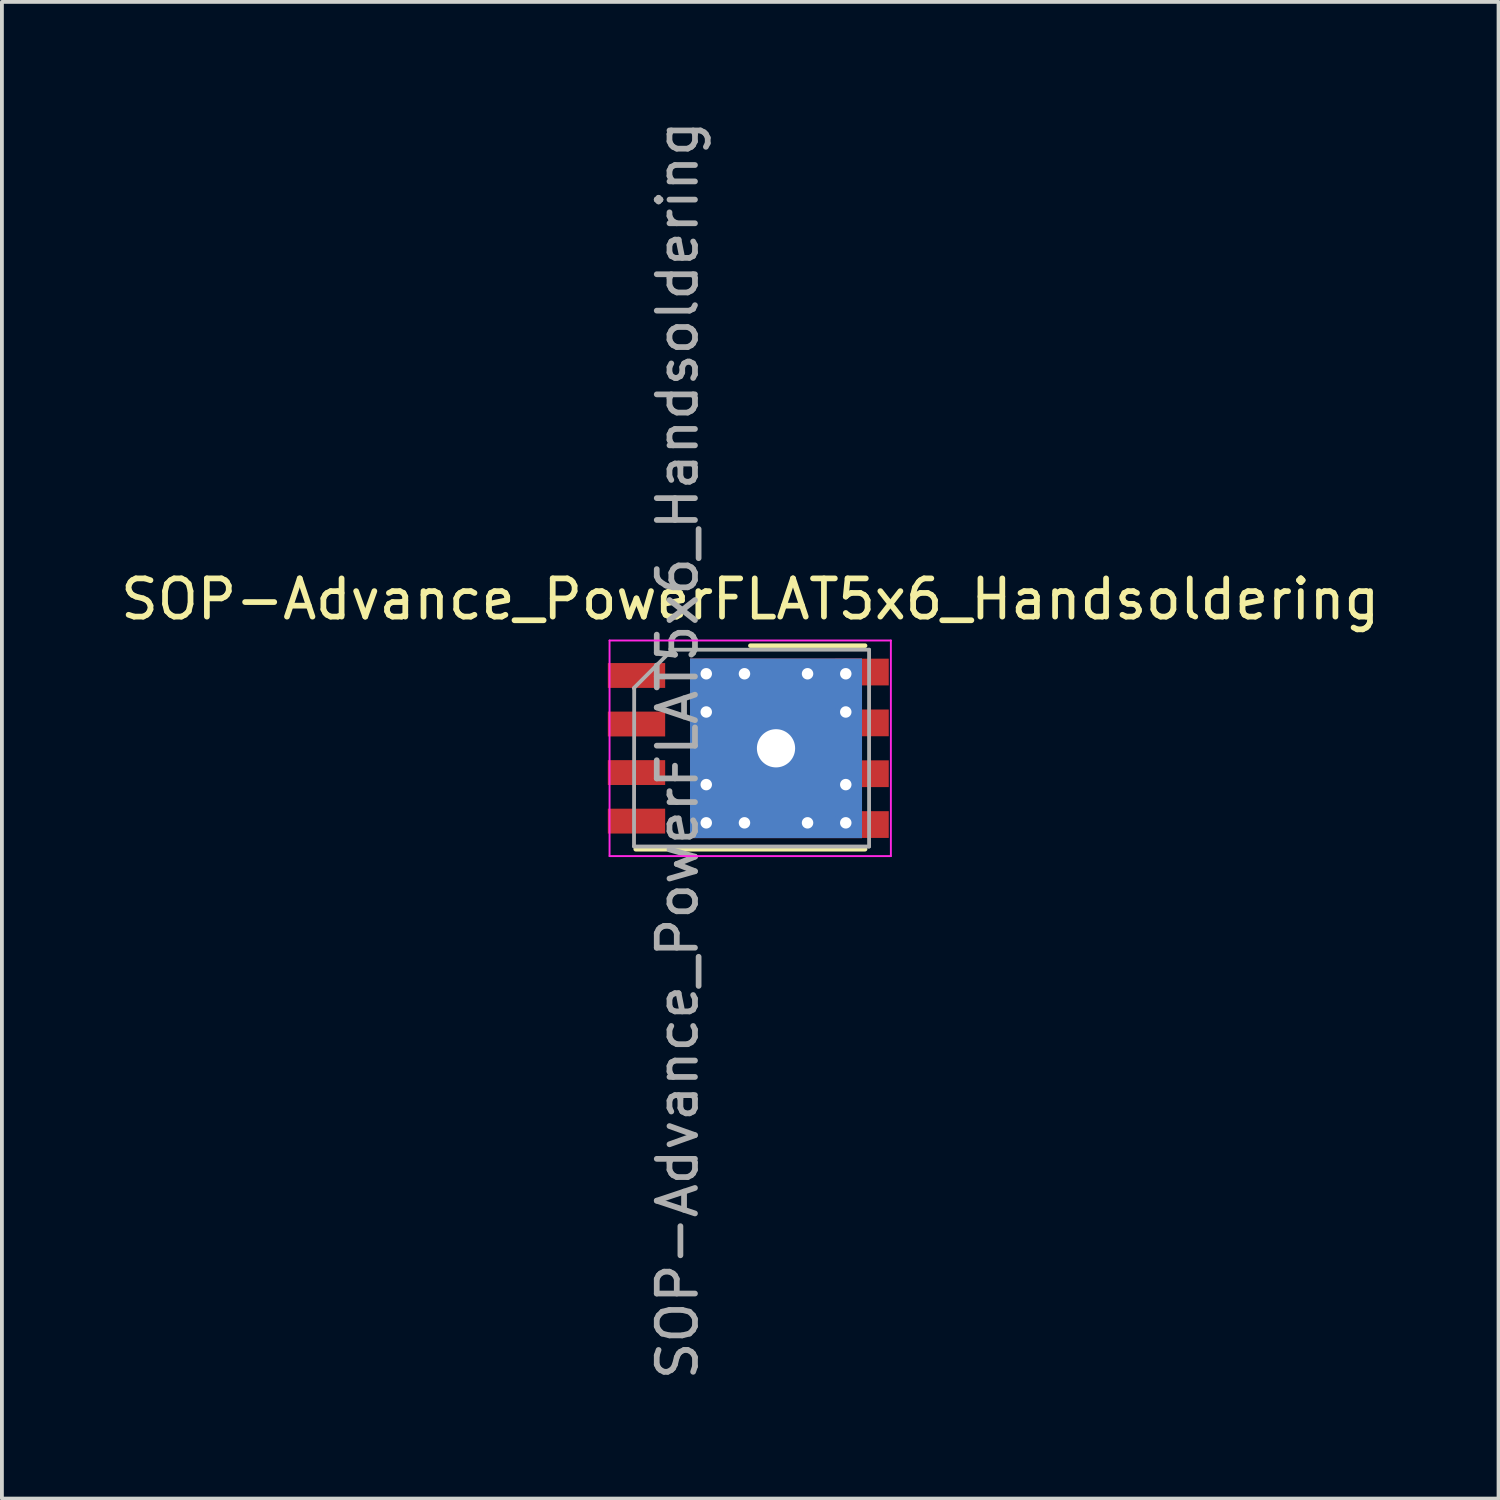
<source format=kicad_pcb>
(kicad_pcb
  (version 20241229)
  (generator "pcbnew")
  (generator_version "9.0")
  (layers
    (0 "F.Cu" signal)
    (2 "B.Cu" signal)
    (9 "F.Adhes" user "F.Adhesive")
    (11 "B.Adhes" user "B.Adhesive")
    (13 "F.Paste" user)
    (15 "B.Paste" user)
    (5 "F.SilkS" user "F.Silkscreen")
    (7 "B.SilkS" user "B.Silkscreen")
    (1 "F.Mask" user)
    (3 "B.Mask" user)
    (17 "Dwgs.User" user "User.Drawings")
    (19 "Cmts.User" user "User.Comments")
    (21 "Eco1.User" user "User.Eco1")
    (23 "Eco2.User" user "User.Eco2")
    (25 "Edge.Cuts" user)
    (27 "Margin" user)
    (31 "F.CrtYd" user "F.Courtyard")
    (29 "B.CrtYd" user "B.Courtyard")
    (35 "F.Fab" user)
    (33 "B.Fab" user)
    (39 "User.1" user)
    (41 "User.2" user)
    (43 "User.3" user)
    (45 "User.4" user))
  (footprint "SOP-Advance_PowerFLAT5x6_Handsoldering"
    (layer "F.Cu")
    (at 16.577 16.527)
    (property "Reference" "SOP-Advance_PowerFLAT5x6_Handsoldering" (at 0 -3.9 0) (layer "F.SilkS") (effects (font (size 1 1) (thickness 0.15))))
    (attr smd)
    (fp_line (start 3.005 -2.685) (end 0.005 -2.685) (stroke (width 0.12) (type solid)) (layer "F.SilkS"))
    (fp_line (start 3.005 2.64) (end -2.995 2.64) (stroke (width 0.12) (type solid)) (layer "F.SilkS"))
    (fp_line (start -3.68 -2.82) (end 3.68 -2.82) (stroke (width 0.05) (type solid)) (layer "F.CrtYd"))
    (fp_line (start -3.68 2.82) (end -3.68 -2.82) (stroke (width 0.05) (type solid)) (layer "F.CrtYd"))
    (fp_line (start 3.68 -2.82) (end 3.68 2.82) (stroke (width 0.05) (type solid)) (layer "F.CrtYd"))
    (fp_line (start 3.68 2.82) (end -3.68 2.82) (stroke (width 0.05) (type solid)) (layer "F.CrtYd"))
    (fp_line (start -3.035 -1.57) (end -3.04 2.56) (stroke (width 0.1) (type solid)) (layer "F.Fab"))
    (fp_line (start -2.045 -2.575) (end -3.045 -1.575) (stroke (width 0.1) (type solid)) (layer "F.Fab"))
    (fp_line (start -2.04 -2.58) (end 3.11 -2.58) (stroke (width 0.1) (type solid)) (layer "F.Fab"))
    (fp_line (start 3.11 -2.58) (end 3.11 2.57) (stroke (width 0.1) (type solid)) (layer "F.Fab"))
    (fp_line (start 3.11 2.57) (end -3.04 2.57) (stroke (width 0.1) (type solid)) (layer "F.Fab"))
    (fp_text user "${REFERENCE}" (at -1.9 0.05 90) (layer "F.Fab") (effects (font (size 1 1) (thickness 0.15))))
    (pad "" smd rect (at -0.8 -1.725) (size 0.9 0.9) (layers "F.Paste"))
    (pad "" smd rect (at -0.8 -0.575) (size 0.9 0.9) (layers "F.Paste"))
    (pad "" smd rect (at -0.8 0.575) (size 0.9 0.9) (layers "F.Paste"))
    (pad "" smd rect (at -0.8 1.725) (size 0.9 0.9) (layers "F.Paste"))
    (pad "" smd rect (at 0.425 -1.725) (size 0.9 0.9) (layers "F.Paste"))
    (pad "" smd rect (at 0.425 -0.575) (size 0.9 0.9) (layers "F.Paste"))
    (pad "" smd rect (at 0.425 0.575) (size 0.9 0.9) (layers "F.Paste"))
    (pad "" smd rect (at 0.425 1.725) (size 0.9 0.9) (layers "F.Paste"))
    (pad "" smd rect (at 1.625 -1.725) (size 0.9 0.9) (layers "F.Paste"))
    (pad "" smd rect (at 1.625 -0.575) (size 0.9 0.9) (layers "F.Paste"))
    (pad "" smd rect (at 1.625 0.575) (size 0.9 0.9) (layers "F.Paste"))
    (pad "" smd rect (at 1.625 1.725) (size 0.9 0.9) (layers "F.Paste"))
    (pad "1" smd rect (at -2.975 -1.905) (size 1.5 0.65) (layers "F.Cu" "F.Mask" "F.Paste"))
    (pad "1" smd rect (at -2.975 -0.635) (size 1.5 0.65) (layers "F.Cu" "F.Mask" "F.Paste"))
    (pad "1" smd rect (at -2.975 0.635) (size 1.5 0.65) (layers "F.Cu" "F.Mask" "F.Paste"))
    (pad "2" smd rect (at -2.975 1.905) (size 1.5 0.65) (layers "F.Cu" "F.Mask" "F.Paste"))
    (pad "3" thru_hole circle (at -1.15 -1.95) (size 0.6 0.6) (drill 0.3) (layers "*.Cu" "*.Mask"))
    (pad "3" thru_hole circle (at -1.15 -0.95) (size 0.6 0.6) (drill 0.3) (layers "*.Cu" "*.Mask"))
    (pad "3" thru_hole circle (at -1.15 0.95) (size 0.6 0.6) (drill 0.3) (layers "*.Cu" "*.Mask"))
    (pad "3" thru_hole circle (at -1.15 1.95) (size 0.6 0.6) (drill 0.3) (layers "*.Cu" "*.Mask"))
    (pad "3" thru_hole circle (at -0.15 -1.95) (size 0.6 0.6) (drill 0.3) (layers "*.Cu" "*.Mask"))
    (pad "3" thru_hole circle (at -0.15 1.95) (size 0.6 0.6) (drill 0.3) (layers "*.Cu" "*.Mask"))
    (pad "3" thru_hole circle (at 0.675 0) (size 2.5 2.5) (drill 1) (layers "*.Cu" "*.Mask"))
    (pad "3" smd rect (at 0.675 0) (size 4.5 4.7) (layers "F.Cu" "F.Mask"))
    (pad "3" smd rect (at 0.675 0) (size 4.5 4.7) (layers "B.Cu" "B.Mask"))
    (pad "3" thru_hole circle (at 1.5 -1.95) (size 0.6 0.6) (drill 0.3) (layers "*.Cu" "*.Mask"))
    (pad "3" thru_hole circle (at 1.5 1.95) (size 0.6 0.6) (drill 0.3) (layers "*.Cu" "*.Mask"))
    (pad "3" thru_hole circle (at 2.5 -1.95) (size 0.6 0.6) (drill 0.3) (layers "*.Cu" "*.Mask"))
    (pad "3" thru_hole circle (at 2.5 -0.95) (size 0.6 0.6) (drill 0.3) (layers "*.Cu" "*.Mask"))
    (pad "3" thru_hole circle (at 2.5 0.95) (size 0.6 0.6) (drill 0.3) (layers "*.Cu" "*.Mask"))
    (pad "3" thru_hole circle (at 2.5 1.95) (size 0.6 0.6) (drill 0.3) (layers "*.Cu" "*.Mask"))
    (pad "3" smd rect (at 2.925 -1.995) (size 1.4 0.7) (layers "F.Cu" "F.Mask" "F.Paste"))
    (pad "3" smd rect (at 2.925 -0.665) (size 1.4 0.7) (layers "F.Cu" "F.Mask" "F.Paste"))
    (pad "3" smd rect (at 2.925 0.665) (size 1.4 0.7) (layers "F.Cu" "F.Mask" "F.Paste"))
    (pad "3" smd rect (at 2.925 1.995) (size 1.4 0.7) (layers "F.Cu" "F.Mask" "F.Paste")))
  (gr_rect
    (start -3 -3)
    (end 36.155 36.155)
    (stroke (width 0.1) (type default))
    (fill no)
    (layer "Edge.Cuts")))
</source>
